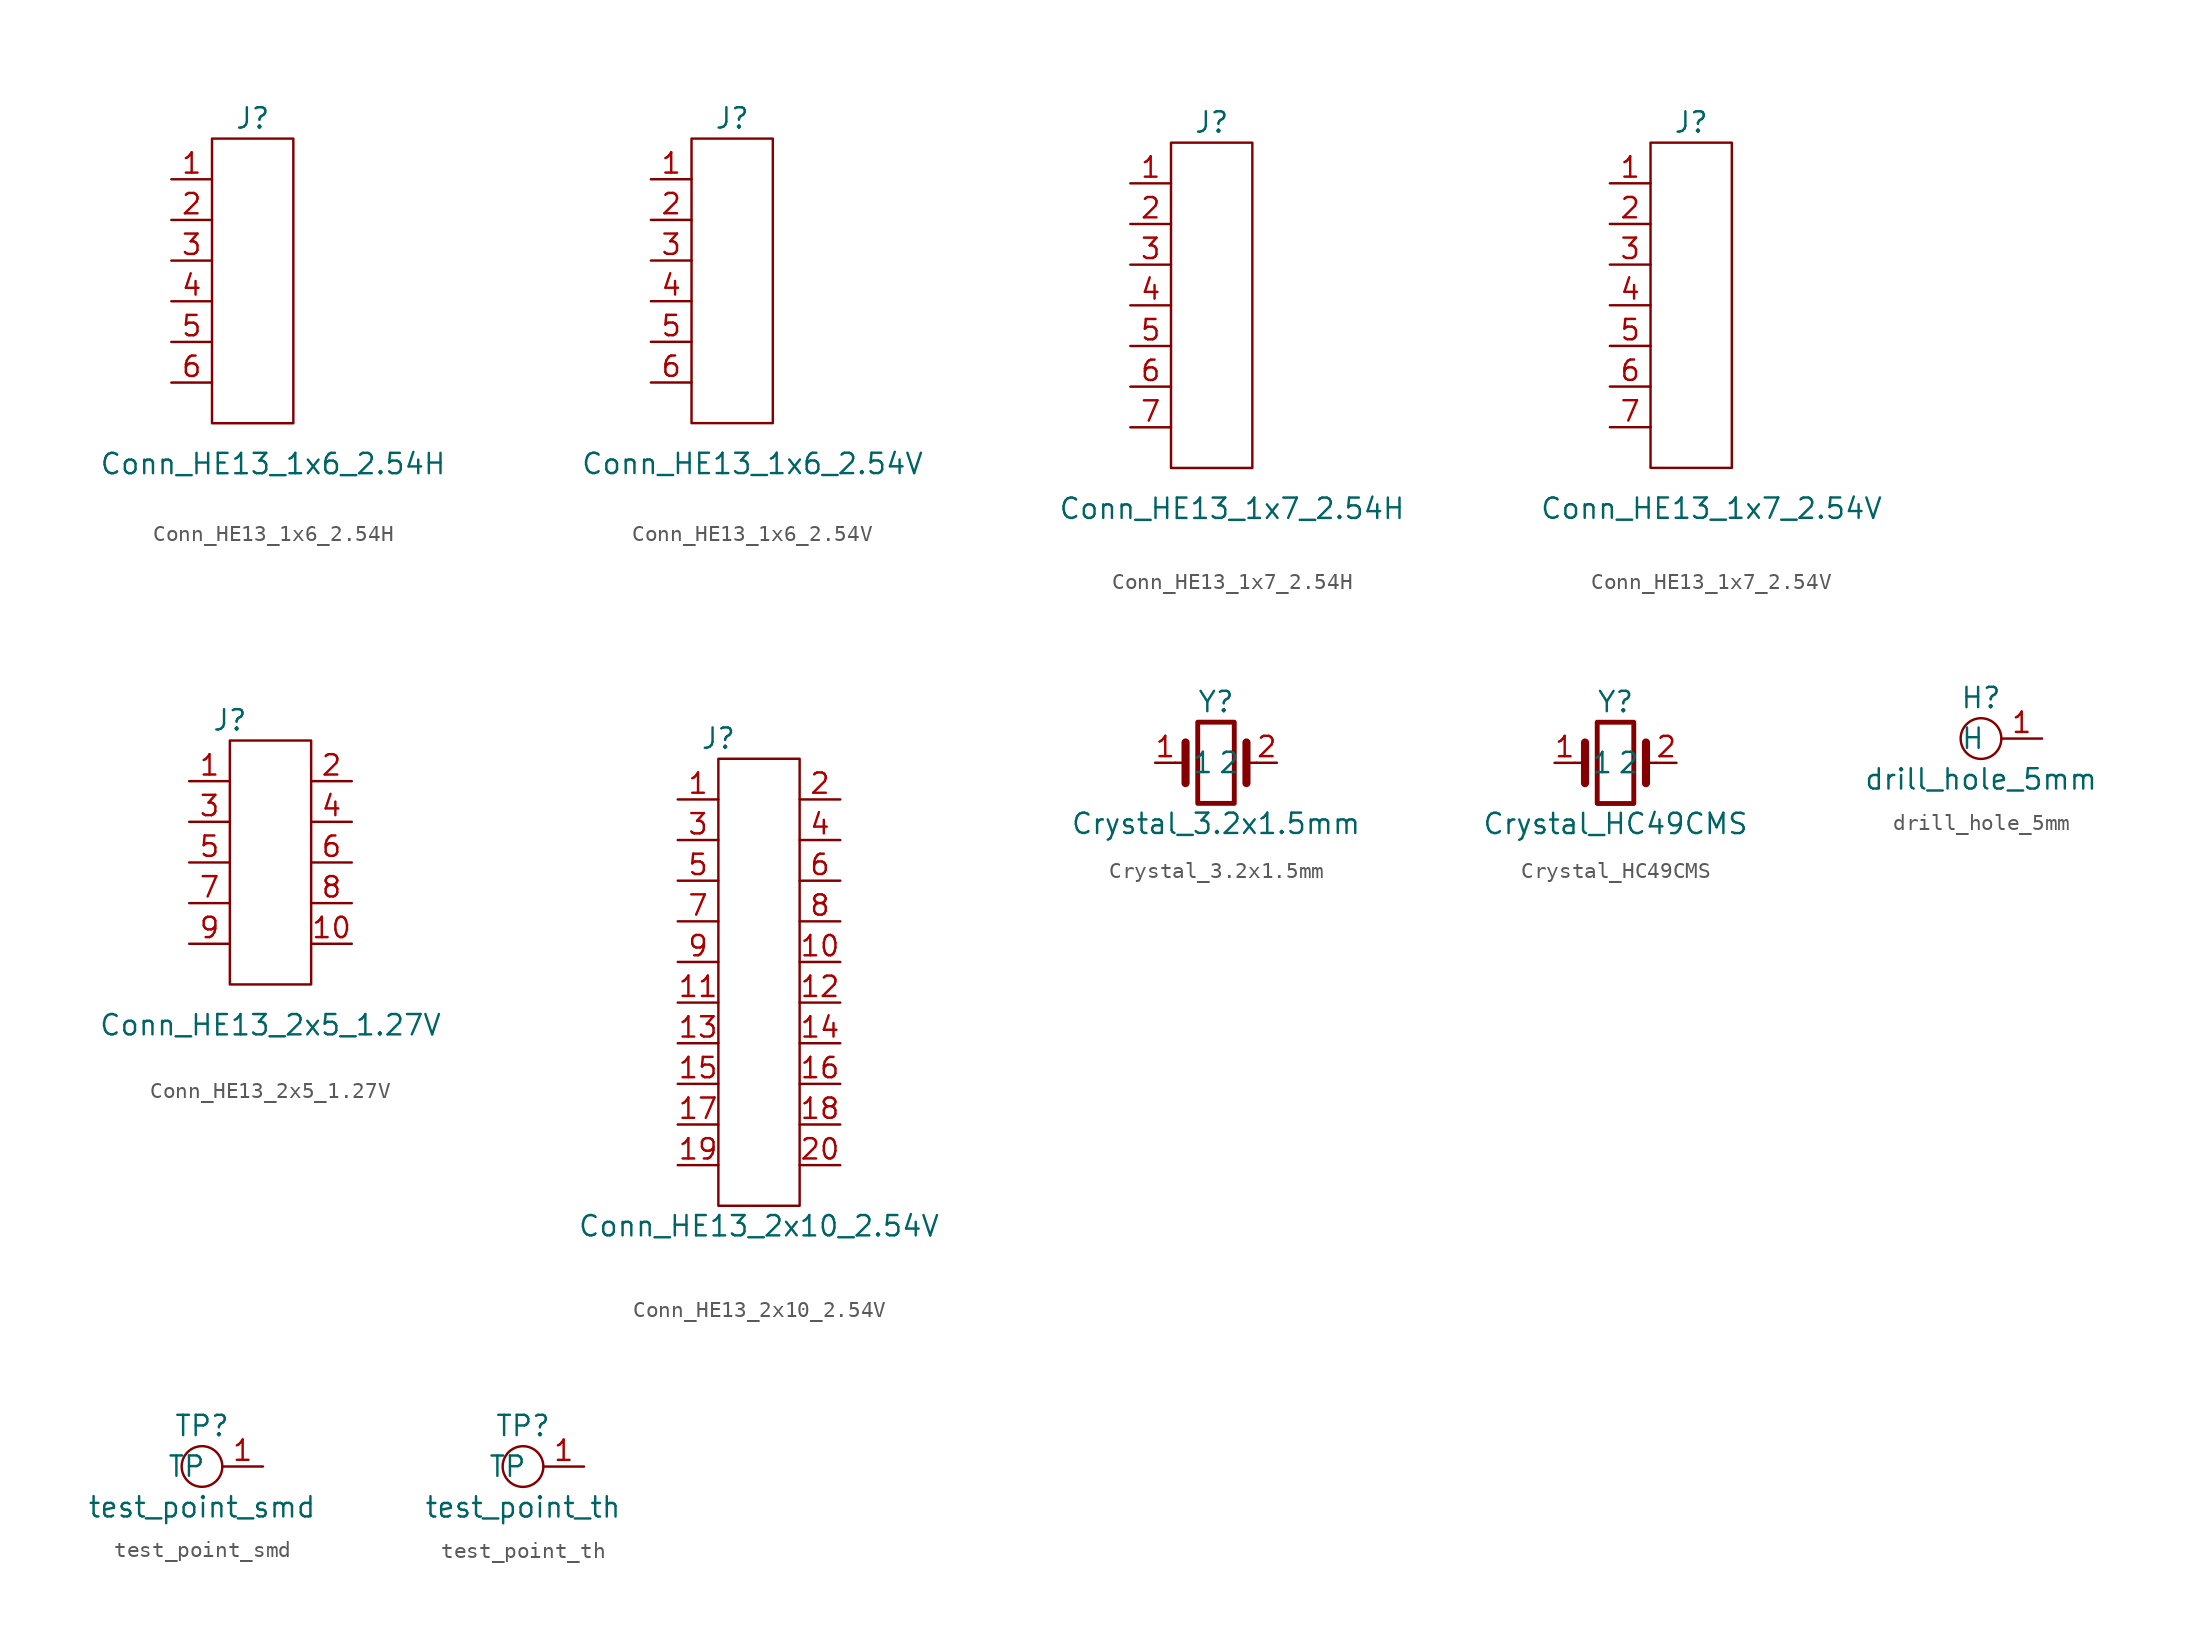
<source format=kicad_sym>
(kicad_symbol_lib
  (version 20220914)
  (generator kicad_symbol_editor)
  (symbol "Conn_HE13_1x6_2.54H"
    (pin_names
      (offset 1.016) hide)
    (property "Reference" "J"
      (at 5.08 3.81 0)
      (effects (font (size 1.27 1.27))))
    (property "Value" "Conn_HE13_1x6_2.54H"
      (at 6.35 -17.78 0)
      (effects (font (size 1.27 1.27))))
    (symbol "Conn_HE13_1x6_2.54H_0_1"
      (rectangle (start 2.54 2.54) (end 7.62 -15.24) (stroke (width 0) (type default)) (fill (type none))))
    (symbol "Conn_HE13_1x6_2.54H_1_1"
      (pin passive line (at 0 0 0) (length 2.54) (name "1" (effects (font (size 1.27 1.27)))) (number "1" (effects (font (size 1.27 1.27)))))
      (pin passive line (at 0 -2.54 0) (length 2.54) (name "2" (effects (font (size 1.27 1.27)))) (number "2" (effects (font (size 1.27 1.27)))))
      (pin passive line (at 0 -5.08 0) (length 2.54) (name "3" (effects (font (size 1.27 1.27)))) (number "3" (effects (font (size 1.27 1.27)))))
      (pin passive line (at 0 -7.62 0) (length 2.54) (name "4" (effects (font (size 1.27 1.27)))) (number "4" (effects (font (size 1.27 1.27)))))
      (pin passive line (at 0 -10.16 0) (length 2.54) (name "5" (effects (font (size 1.27 1.27)))) (number "5" (effects (font (size 1.27 1.27)))))
      (pin passive line (at 0 -12.7 0) (length 2.54) (name "6" (effects (font (size 1.27 1.27)))) (number "6" (effects (font (size 1.27 1.27)))))))
  (symbol "Conn_HE13_1x6_2.54V"
    (pin_names
      (offset 1.016) hide)
    (property "Reference" "J"
      (at 5.08 3.81 0)
      (effects (font (size 1.27 1.27))))
    (property "Value" "Conn_HE13_1x6_2.54V"
      (at 6.35 -17.78 0)
      (effects (font (size 1.27 1.27))))
    (symbol "Conn_HE13_1x6_2.54V_0_1"
      (rectangle (start 2.54 2.54) (end 7.62 -15.24) (stroke (width 0) (type default)) (fill (type none))))
    (symbol "Conn_HE13_1x6_2.54V_1_1"
      (pin passive line (at 0 0 0) (length 2.54) (name "1" (effects (font (size 1.27 1.27)))) (number "1" (effects (font (size 1.27 1.27)))))
      (pin passive line (at 0 -2.54 0) (length 2.54) (name "2" (effects (font (size 1.27 1.27)))) (number "2" (effects (font (size 1.27 1.27)))))
      (pin passive line (at 0 -5.08 0) (length 2.54) (name "3" (effects (font (size 1.27 1.27)))) (number "3" (effects (font (size 1.27 1.27)))))
      (pin passive line (at 0 -7.62 0) (length 2.54) (name "4" (effects (font (size 1.27 1.27)))) (number "4" (effects (font (size 1.27 1.27)))))
      (pin passive line (at 0 -10.16 0) (length 2.54) (name "5" (effects (font (size 1.27 1.27)))) (number "5" (effects (font (size 1.27 1.27)))))
      (pin passive line (at 0 -12.7 0) (length 2.54) (name "6" (effects (font (size 1.27 1.27)))) (number "6" (effects (font (size 1.27 1.27)))))))
  (symbol "Conn_HE13_1x7_2.54H"
    (pin_names
      (offset 1.016) hide)
    (property "Reference" "J"
      (at 5.08 3.81 0)
      (effects (font (size 1.27 1.27))))
    (property "Value" "Conn_HE13_1x7_2.54H"
      (at 6.35 -20.32 0)
      (effects (font (size 1.27 1.27))))
    (symbol "Conn_HE13_1x7_2.54H_0_1"
      (rectangle (start 2.54 2.54) (end 7.62 -17.78) (stroke (width 0) (type default)) (fill (type none))))
    (symbol "Conn_HE13_1x7_2.54H_1_1"
      (pin passive line (at 0 0 0) (length 2.54) (name "1" (effects (font (size 1.27 1.27)))) (number "1" (effects (font (size 1.27 1.27)))))
      (pin passive line (at 0 -2.54 0) (length 2.54) (name "2" (effects (font (size 1.27 1.27)))) (number "2" (effects (font (size 1.27 1.27)))))
      (pin passive line (at 0 -5.08 0) (length 2.54) (name "3" (effects (font (size 1.27 1.27)))) (number "3" (effects (font (size 1.27 1.27)))))
      (pin passive line (at 0 -7.62 0) (length 2.54) (name "4" (effects (font (size 1.27 1.27)))) (number "4" (effects (font (size 1.27 1.27)))))
      (pin passive line (at 0 -10.16 0) (length 2.54) (name "5" (effects (font (size 1.27 1.27)))) (number "5" (effects (font (size 1.27 1.27)))))
      (pin passive line (at 0 -12.7 0) (length 2.54) (name "6" (effects (font (size 1.27 1.27)))) (number "6" (effects (font (size 1.27 1.27)))))
      (pin passive line (at 0 -15.24 0) (length 2.54) (name "7" (effects (font (size 1.27 1.27)))) (number "7" (effects (font (size 1.27 1.27)))))))
  (symbol "Conn_HE13_1x7_2.54V"
    (pin_names
      (offset 1.016) hide)
    (property "Reference" "J"
      (at 5.08 3.81 0)
      (effects (font (size 1.27 1.27))))
    (property "Value" "Conn_HE13_1x7_2.54V"
      (at 6.35 -20.32 0)
      (effects (font (size 1.27 1.27))))
    (symbol "Conn_HE13_1x7_2.54V_0_1"
      (rectangle (start 2.54 2.54) (end 7.62 -17.78) (stroke (width 0) (type default)) (fill (type none))))
    (symbol "Conn_HE13_1x7_2.54V_1_1"
      (pin passive line (at 0 0 0) (length 2.54) (name "1" (effects (font (size 1.27 1.27)))) (number "1" (effects (font (size 1.27 1.27)))))
      (pin passive line (at 0 -2.54 0) (length 2.54) (name "2" (effects (font (size 1.27 1.27)))) (number "2" (effects (font (size 1.27 1.27)))))
      (pin passive line (at 0 -5.08 0) (length 2.54) (name "3" (effects (font (size 1.27 1.27)))) (number "3" (effects (font (size 1.27 1.27)))))
      (pin passive line (at 0 -7.62 0) (length 2.54) (name "4" (effects (font (size 1.27 1.27)))) (number "4" (effects (font (size 1.27 1.27)))))
      (pin passive line (at 0 -10.16 0) (length 2.54) (name "5" (effects (font (size 1.27 1.27)))) (number "5" (effects (font (size 1.27 1.27)))))
      (pin passive line (at 0 -12.7 0) (length 2.54) (name "6" (effects (font (size 1.27 1.27)))) (number "6" (effects (font (size 1.27 1.27)))))
      (pin passive line (at 0 -15.24 0) (length 2.54) (name "7" (effects (font (size 1.27 1.27)))) (number "7" (effects (font (size 1.27 1.27)))))))
  (symbol "Conn_HE13_2x5_1.27V"
    (pin_names
      (offset 1.016) hide)
    (property "Reference" "J"
      (at 0 3.81 0)
      (effects (font (size 1.27 1.27))))
    (property "Value" "Conn_HE13_2x5_1.27V"
      (at 2.54 -15.24 0)
      (effects (font (size 1.27 1.27))))
    (symbol "Conn_HE13_2x5_1.27V_1_1"
      (rectangle (start 0 2.54) (end 5.08 -12.7) (stroke (width 0) (type default)) (fill (type none)))
      (pin passive line (at -2.54 0 0) (length 2.54) (name "1" (effects (font (size 1.27 1.27)))) (number "1" (effects (font (size 1.27 1.27)))))
      (pin passive line (at 7.62 -10.16 180) (length 2.54) (name "10" (effects (font (size 1.27 1.27)))) (number "10" (effects (font (size 1.27 1.27)))))
      (pin passive line (at 7.62 0 180) (length 2.54) (name "2" (effects (font (size 1.27 1.27)))) (number "2" (effects (font (size 1.27 1.27)))))
      (pin passive line (at -2.54 -2.54 0) (length 2.54) (name "3" (effects (font (size 1.27 1.27)))) (number "3" (effects (font (size 1.27 1.27)))))
      (pin passive line (at 7.62 -2.54 180) (length 2.54) (name "4" (effects (font (size 1.27 1.27)))) (number "4" (effects (font (size 1.27 1.27)))))
      (pin passive line (at -2.54 -5.08 0) (length 2.54) (name "5" (effects (font (size 1.27 1.27)))) (number "5" (effects (font (size 1.27 1.27)))))
      (pin passive line (at 7.62 -5.08 180) (length 2.54) (name "6" (effects (font (size 1.27 1.27)))) (number "6" (effects (font (size 1.27 1.27)))))
      (pin passive line (at -2.54 -7.62 0) (length 2.54) (name "7" (effects (font (size 1.27 1.27)))) (number "7" (effects (font (size 1.27 1.27)))))
      (pin passive line (at 7.62 -7.62 180) (length 2.54) (name "8" (effects (font (size 1.27 1.27)))) (number "8" (effects (font (size 1.27 1.27)))))
      (pin passive line (at -2.54 -10.16 0) (length 2.54) (name "9" (effects (font (size 1.27 1.27)))) (number "9" (effects (font (size 1.27 1.27)))))))
  (symbol "Conn_HE13_2x10_2.54V"
    (pin_names
      (offset 1.016) hide)
    (property "Reference" "J"
      (at 0 3.81 0)
      (effects (font (size 1.27 1.27))))
    (property "Value" "Conn_HE13_2x10_2.54V"
      (at 2.54 -26.67 0)
      (effects (font (size 1.27 1.27))))
    (symbol "Conn_HE13_2x10_2.54V_1_1"
      (rectangle (start 0 2.54) (end 5.08 -25.4) (stroke (width 0) (type default)) (fill (type none)))
      (pin passive line (at -2.54 0 0) (length 2.54) (name "1" (effects (font (size 1.27 1.27)))) (number "1" (effects (font (size 1.27 1.27)))))
      (pin passive line (at 7.62 -10.16 180) (length 2.54) (name "10" (effects (font (size 1.27 1.27)))) (number "10" (effects (font (size 1.27 1.27)))))
      (pin passive line (at -2.54 -12.7 0) (length 2.54) (name "11" (effects (font (size 1.27 1.27)))) (number "11" (effects (font (size 1.27 1.27)))))
      (pin passive line (at 7.62 -12.7 180) (length 2.54) (name "12" (effects (font (size 1.27 1.27)))) (number "12" (effects (font (size 1.27 1.27)))))
      (pin passive line (at -2.54 -15.24 0) (length 2.54) (name "13" (effects (font (size 1.27 1.27)))) (number "13" (effects (font (size 1.27 1.27)))))
      (pin passive line (at 7.62 -15.24 180) (length 2.54) (name "14" (effects (font (size 1.27 1.27)))) (number "14" (effects (font (size 1.27 1.27)))))
      (pin passive line (at -2.54 -17.78 0) (length 2.54) (name "15" (effects (font (size 1.27 1.27)))) (number "15" (effects (font (size 1.27 1.27)))))
      (pin passive line (at 7.62 -17.78 180) (length 2.54) (name "16" (effects (font (size 1.27 1.27)))) (number "16" (effects (font (size 1.27 1.27)))))
      (pin passive line (at -2.54 -20.32 0) (length 2.54) (name "17" (effects (font (size 1.27 1.27)))) (number "17" (effects (font (size 1.27 1.27)))))
      (pin passive line (at 7.62 -20.32 180) (length 2.54) (name "18" (effects (font (size 1.27 1.27)))) (number "18" (effects (font (size 1.27 1.27)))))
      (pin passive line (at -2.54 -22.86 0) (length 2.54) (name "19" (effects (font (size 1.27 1.27)))) (number "19" (effects (font (size 1.27 1.27)))))
      (pin passive line (at 7.62 0 180) (length 2.54) (name "2" (effects (font (size 1.27 1.27)))) (number "2" (effects (font (size 1.27 1.27)))))
      (pin passive line (at 7.62 -22.86 180) (length 2.54) (name "20" (effects (font (size 1.27 1.27)))) (number "20" (effects (font (size 1.27 1.27)))))
      (pin passive line (at -2.54 -2.54 0) (length 2.54) (name "3" (effects (font (size 1.27 1.27)))) (number "3" (effects (font (size 1.27 1.27)))))
      (pin passive line (at 7.62 -2.54 180) (length 2.54) (name "4" (effects (font (size 1.27 1.27)))) (number "4" (effects (font (size 1.27 1.27)))))
      (pin passive line (at -2.54 -5.08 0) (length 2.54) (name "5" (effects (font (size 1.27 1.27)))) (number "5" (effects (font (size 1.27 1.27)))))
      (pin passive line (at 7.62 -5.08 180) (length 2.54) (name "6" (effects (font (size 1.27 1.27)))) (number "6" (effects (font (size 1.27 1.27)))))
      (pin passive line (at -2.54 -7.62 0) (length 2.54) (name "7" (effects (font (size 1.27 1.27)))) (number "7" (effects (font (size 1.27 1.27)))))
      (pin passive line (at 7.62 -7.62 180) (length 2.54) (name "8" (effects (font (size 1.27 1.27)))) (number "8" (effects (font (size 1.27 1.27)))))
      (pin passive line (at -2.54 -10.16 0) (length 2.54) (name "9" (effects (font (size 1.27 1.27)))) (number "9" (effects (font (size 1.27 1.27)))))))
  (symbol "Crystal_3.2x1.5mm"
    (pin_names
      (offset 1.016))
    (property "Reference" "Y"
      (at 0 3.81 0)
      (effects (font (size 1.27 1.27))))
    (property "Value" "Crystal_3.2x1.5mm"
      (at 0 -3.81 0)
      (effects (font (size 1.27 1.27))))
    (symbol "Crystal_3.2x1.5mm_1_1"
      (rectangle (start -1.143 2.54) (end 1.143 -2.54) (stroke (width 0.305) (type default)) (fill (type none)))
      (polyline (pts (xy -2.54 0) (xy -1.905 0)) (stroke (width 0) (type default)) (fill (type none)))
      (polyline (pts (xy -1.905 -1.27) (xy -1.905 1.27)) (stroke (width 0.508) (type default)) (fill (type none)))
      (polyline (pts (xy 1.905 -1.27) (xy 1.905 1.27)) (stroke (width 0.508) (type default)) (fill (type none)))
      (polyline (pts (xy 2.54 0) (xy 1.905 0)) (stroke (width 0) (type default)) (fill (type none)))
      (pin passive line (at -3.81 0 0) (length 1.27) (name "1" (effects (font (size 1.27 1.27)))) (number "1" (effects (font (size 1.27 1.27)))))
      (pin passive line (at 3.81 0 180) (length 1.27) (name "2" (effects (font (size 1.27 1.27)))) (number "2" (effects (font (size 1.27 1.27)))))))
  (symbol "Crystal_HC49CMS"
    (pin_names
      (offset 1.016))
    (property "Reference" "Y"
      (at 0 3.81 0)
      (effects (font (size 1.27 1.27))))
    (property "Value" "Crystal_HC49CMS"
      (at 0 -3.81 0)
      (effects (font (size 1.27 1.27))))
    (symbol "Crystal_HC49CMS_1_1"
      (rectangle (start -1.143 2.54) (end 1.143 -2.54) (stroke (width 0.305) (type default)) (fill (type none)))
      (polyline (pts (xy -2.54 0) (xy -1.905 0)) (stroke (width 0) (type default)) (fill (type none)))
      (polyline (pts (xy -1.905 -1.27) (xy -1.905 1.27)) (stroke (width 0.508) (type default)) (fill (type none)))
      (polyline (pts (xy 1.905 -1.27) (xy 1.905 1.27)) (stroke (width 0.508) (type default)) (fill (type none)))
      (polyline (pts (xy 2.54 0) (xy 1.905 0)) (stroke (width 0) (type default)) (fill (type none)))
      (pin passive line (at -3.81 0 0) (length 1.27) (name "1" (effects (font (size 1.27 1.27)))) (number "1" (effects (font (size 1.27 1.27)))))
      (pin passive line (at 3.81 0 180) (length 1.27) (name "2" (effects (font (size 1.27 1.27)))) (number "2" (effects (font (size 1.27 1.27)))))))
  (symbol "drill_hole_5mm"
    (pin_names
      (offset 1.016))
    (property "Reference" "H"
      (at -1.27 2.54 0)
      (effects (font (size 1.27 1.27))))
    (property "Value" "drill_hole_5mm"
      (at -1.27 -2.54 0)
      (effects (font (size 1.27 1.27))))
    (symbol "drill_hole_5mm_0_1"
      (circle (center -1.27 0) (radius 1.27) (stroke (width 0) (type default)) (fill (type none))))
    (symbol "drill_hole_5mm_1_1"
      (pin passive line (at 2.54 0 180) (length 2.54) (name "H" (effects (font (size 1.27 1.27)))) (number "1" (effects (font (size 1.27 1.27)))))))
  (symbol "test_point_smd"
    (pin_names
      (offset 1.016))
    (property "Reference" "TP"
      (at -1.27 2.54 0)
      (effects (font (size 1.27 1.27))))
    (property "Value" "test_point_smd"
      (at -1.27 -2.54 0)
      (effects (font (size 1.27 1.27))))
    (symbol "test_point_smd_0_1"
      (circle (center -1.27 0) (radius 1.27) (stroke (width 0) (type default)) (fill (type none))))
    (symbol "test_point_smd_1_1"
      (pin passive line (at 2.54 0 180) (length 2.54) (name "TP" (effects (font (size 1.27 1.27)))) (number "1" (effects (font (size 1.27 1.27)))))))
  (symbol "test_point_th"
    (pin_names
      (offset 1.016))
    (property "Reference" "TP"
      (at -1.27 2.54 0)
      (effects (font (size 1.27 1.27))))
    (property "Value" "test_point_th"
      (at -1.27 -2.54 0)
      (effects (font (size 1.27 1.27))))
    (symbol "test_point_th_0_1"
      (circle (center -1.27 0) (radius 1.27) (stroke (width 0) (type default)) (fill (type none))))
    (symbol "test_point_th_1_1"
      (pin passive line (at 2.54 0 180) (length 2.54) (name "TP" (effects (font (size 1.27 1.27)))) (number "1" (effects (font (size 1.27 1.27))))))))
</source>
